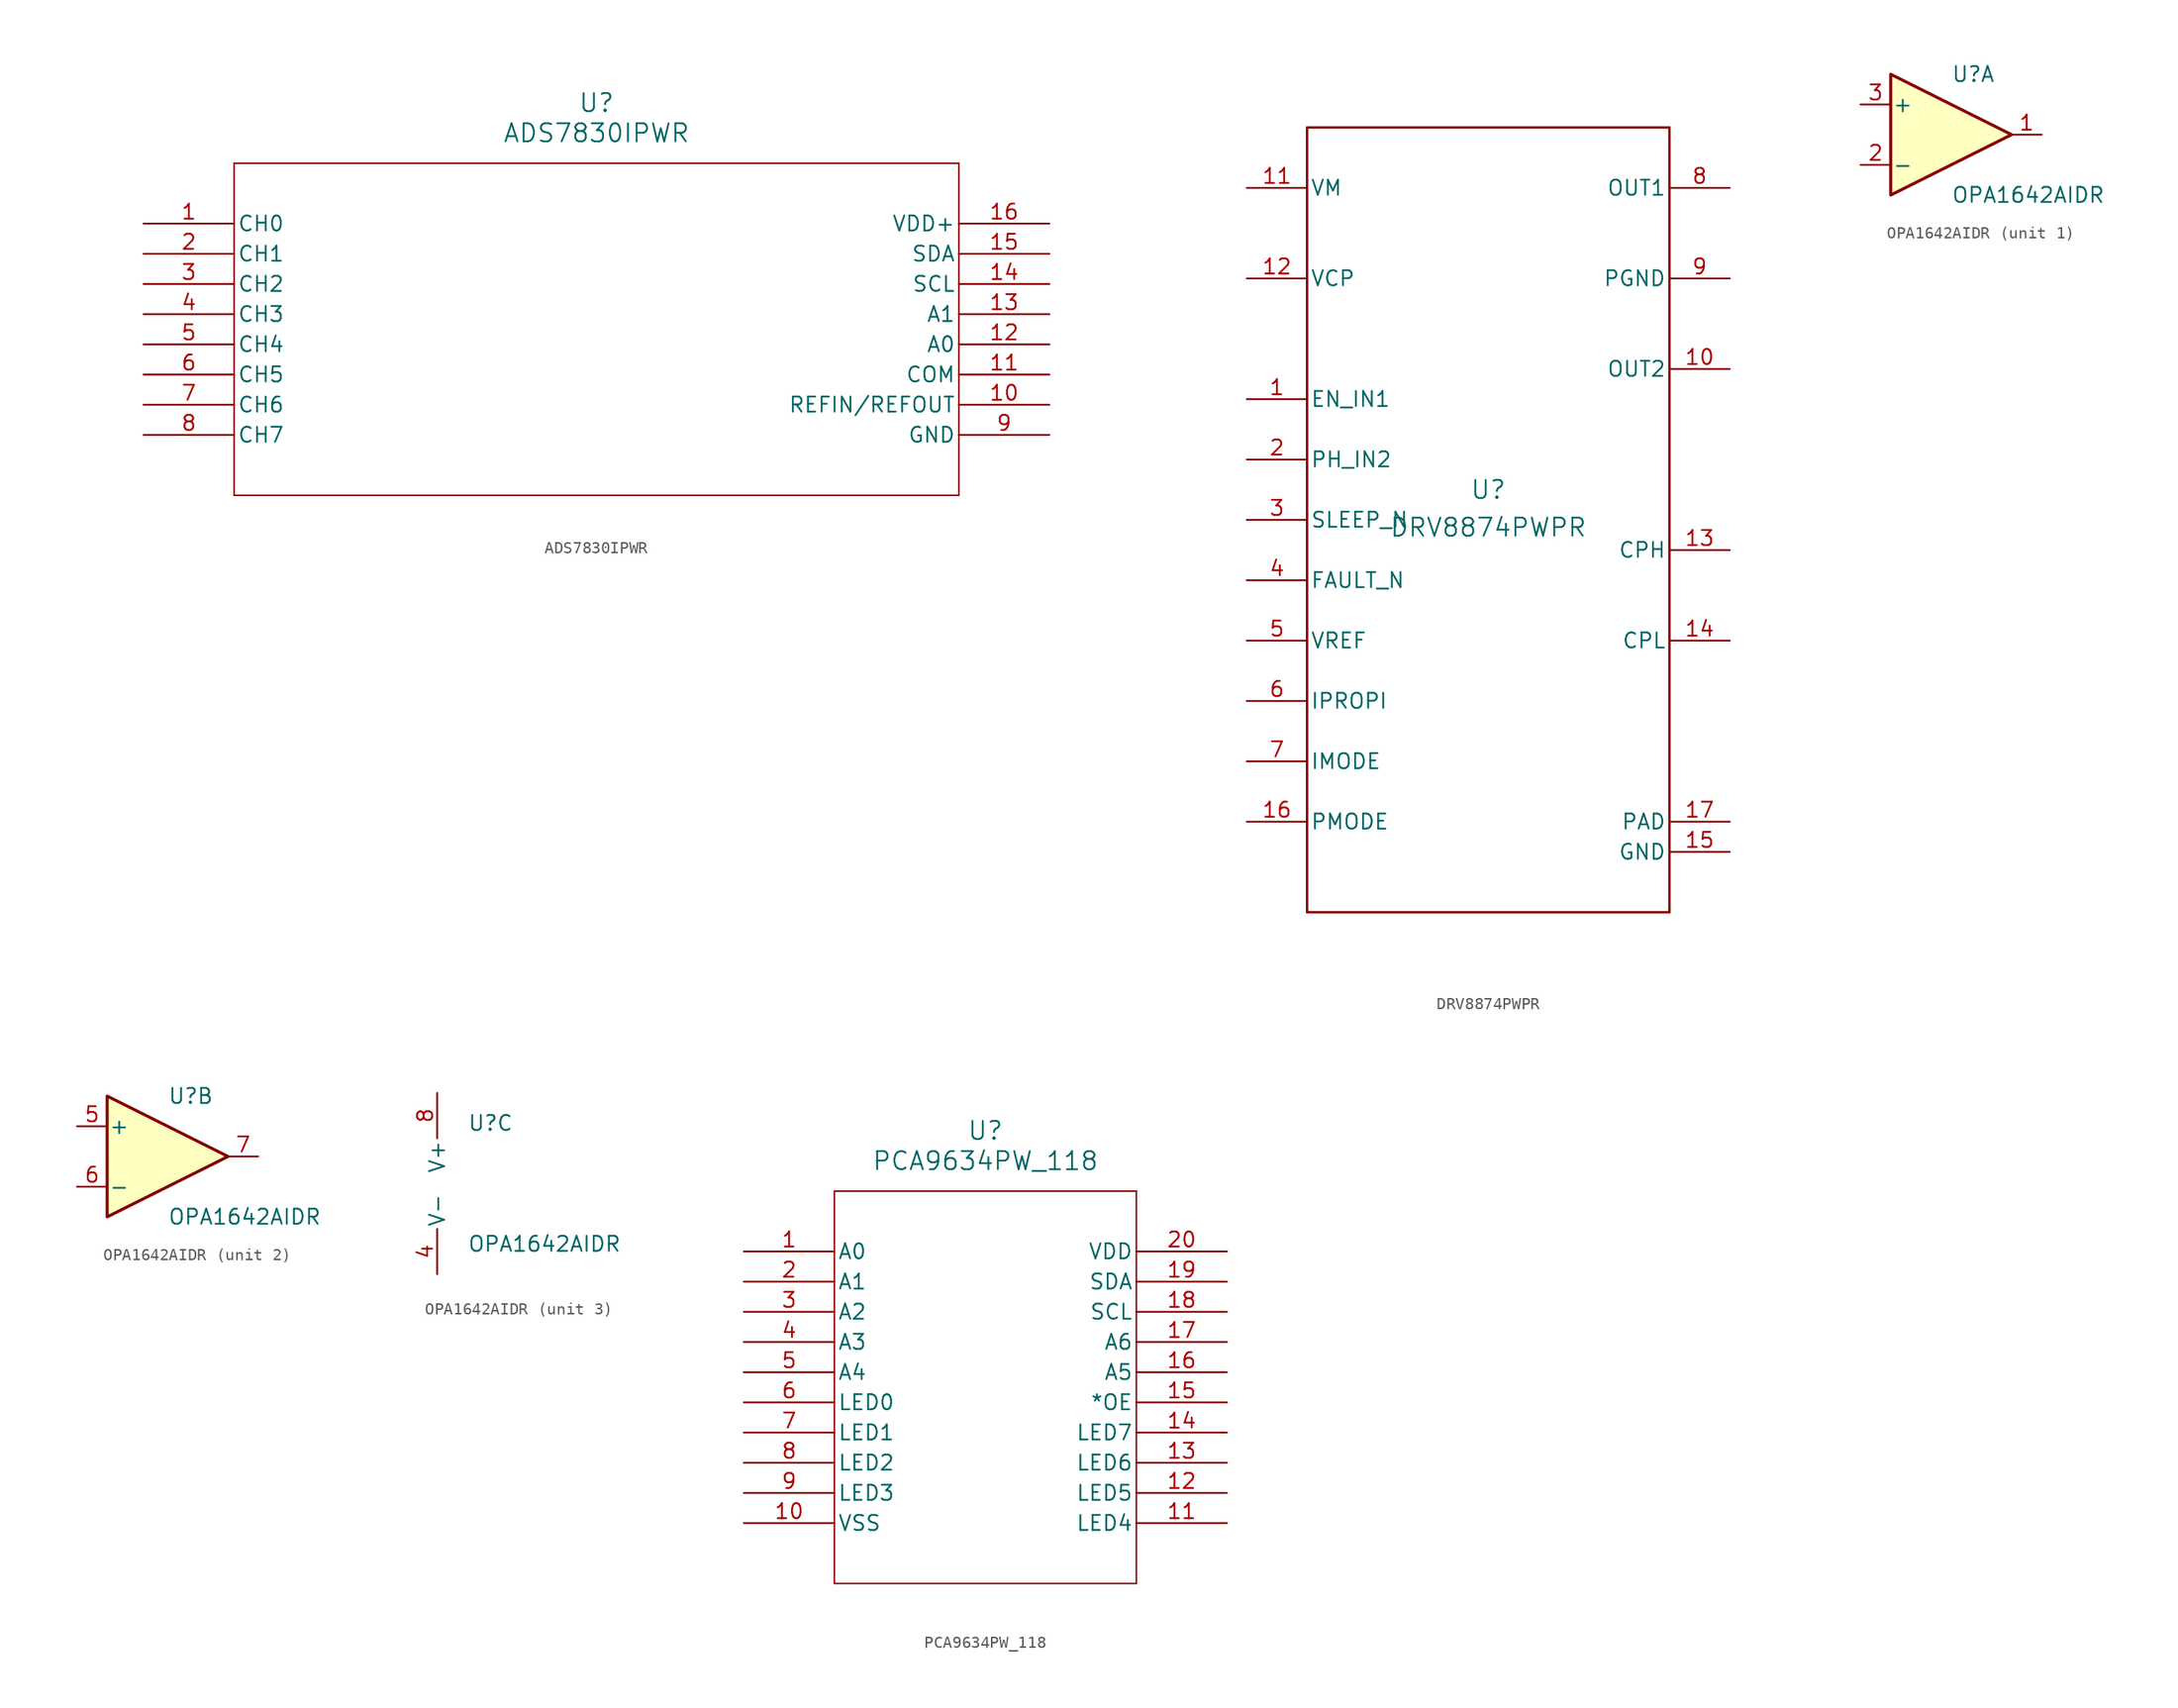
<source format=kicad_sym>
(kicad_symbol_lib
  (version 20220914)
  (generator kicad_symbol_editor)
  (symbol "ADS7830IPWR"
    (pin_names
      (offset 0.254))
    (property "Reference" "U"
      (at 38.1 10.16 0)
      (effects (font (size 1.524 1.524))))
    (property "Value" "ADS7830IPWR"
      (at 38.1 7.62 0)
      (effects (font (size 1.524 1.524))))
    (property "ki_locked" ""
      (at 0 0 0)
      (effects (font (size 1.27 1.27))))
    (symbol "ADS7830IPWR_0_1"
      (polyline (pts (xy 7.62 -22.86) (xy 68.58 -22.86)) (stroke (width 0.127) (type default)) (fill (type none)))
      (polyline (pts (xy 7.62 5.08) (xy 7.62 -22.86)) (stroke (width 0.127) (type default)) (fill (type none)))
      (polyline (pts (xy 68.58 -22.86) (xy 68.58 5.08)) (stroke (width 0.127) (type default)) (fill (type none)))
      (polyline (pts (xy 68.58 5.08) (xy 7.62 5.08)) (stroke (width 0.127) (type default)) (fill (type none)))
      (pin input line (at 0 0 0) (length 7.62) (name "CH0" (effects (font (size 1.27 1.27)))) (number "1" (effects (font (size 1.27 1.27)))))
      (pin bidirectional line (at 76.2 -15.24 180) (length 7.62) (name "REFIN/REFOUT" (effects (font (size 1.27 1.27)))) (number "10" (effects (font (size 1.27 1.27)))))
      (pin input line (at 76.2 -12.7 180) (length 7.62) (name "COM" (effects (font (size 1.27 1.27)))) (number "11" (effects (font (size 1.27 1.27)))))
      (pin unspecified line (at 76.2 -10.16 180) (length 7.62) (name "A0" (effects (font (size 1.27 1.27)))) (number "12" (effects (font (size 1.27 1.27)))))
      (pin unspecified line (at 76.2 -7.62 180) (length 7.62) (name "A1" (effects (font (size 1.27 1.27)))) (number "13" (effects (font (size 1.27 1.27)))))
      (pin unspecified line (at 76.2 -5.08 180) (length 7.62) (name "SCL" (effects (font (size 1.27 1.27)))) (number "14" (effects (font (size 1.27 1.27)))))
      (pin unspecified line (at 76.2 -2.54 180) (length 7.62) (name "SDA" (effects (font (size 1.27 1.27)))) (number "15" (effects (font (size 1.27 1.27)))))
      (pin power_in line (at 76.2 0 180) (length 7.62) (name "VDD+" (effects (font (size 1.27 1.27)))) (number "16" (effects (font (size 1.27 1.27)))))
      (pin input line (at 0 -2.54 0) (length 7.62) (name "CH1" (effects (font (size 1.27 1.27)))) (number "2" (effects (font (size 1.27 1.27)))))
      (pin input line (at 0 -5.08 0) (length 7.62) (name "CH2" (effects (font (size 1.27 1.27)))) (number "3" (effects (font (size 1.27 1.27)))))
      (pin input line (at 0 -7.62 0) (length 7.62) (name "CH3" (effects (font (size 1.27 1.27)))) (number "4" (effects (font (size 1.27 1.27)))))
      (pin input line (at 0 -10.16 0) (length 7.62) (name "CH4" (effects (font (size 1.27 1.27)))) (number "5" (effects (font (size 1.27 1.27)))))
      (pin input line (at 0 -12.7 0) (length 7.62) (name "CH5" (effects (font (size 1.27 1.27)))) (number "6" (effects (font (size 1.27 1.27)))))
      (pin input line (at 0 -15.24 0) (length 7.62) (name "CH6" (effects (font (size 1.27 1.27)))) (number "7" (effects (font (size 1.27 1.27)))))
      (pin input line (at 0 -17.78 0) (length 7.62) (name "CH7" (effects (font (size 1.27 1.27)))) (number "8" (effects (font (size 1.27 1.27)))))
      (pin power_in line (at 76.2 -17.78 180) (length 7.62) (name "GND" (effects (font (size 1.27 1.27)))) (number "9" (effects (font (size 1.27 1.27)))))))
  (symbol "DRV8874PWPR"
    (pin_names
      (offset 0.254))
    (property "Reference" "U"
      (at 0 2.54 0)
      (effects (font (size 1.524 1.524))))
    (property "Value" "DRV8874PWPR"
      (at 0 -0.635 0)
      (effects (font (size 1.524 1.524))))
    (property "ki_locked" ""
      (at 0 0 0)
      (effects (font (size 1.27 1.27))))
    (symbol "DRV8874PWPR_0_1"
      (polyline (pts (xy -15.24 -33.02) (xy 15.24 -33.02)) (stroke (width 0.203) (type default)) (fill (type none)))
      (polyline (pts (xy -15.24 33.02) (xy -15.24 -33.02)) (stroke (width 0.203) (type default)) (fill (type none)))
      (polyline (pts (xy 15.24 -33.02) (xy 15.24 33.02)) (stroke (width 0.203) (type default)) (fill (type none)))
      (polyline (pts (xy 15.24 33.02) (xy -15.24 33.02)) (stroke (width 0.203) (type default)) (fill (type none)))
      (pin input line (at -20.32 10.16 0) (length 5.08) (name "EN_IN1" (effects (font (size 1.27 1.27)))) (number "1" (effects (font (size 1.27 1.27)))))
      (pin output line (at 20.32 12.7 180) (length 5.08) (name "OUT2" (effects (font (size 1.27 1.27)))) (number "10" (effects (font (size 1.27 1.27)))))
      (pin power_in line (at -20.32 27.94 0) (length 5.08) (name "VM" (effects (font (size 1.27 1.27)))) (number "11" (effects (font (size 1.27 1.27)))))
      (pin power_in line (at -20.32 20.32 0) (length 5.08) (name "VCP" (effects (font (size 1.27 1.27)))) (number "12" (effects (font (size 1.27 1.27)))))
      (pin power_in line (at 20.32 -2.54 180) (length 5.08) (name "CPH" (effects (font (size 1.27 1.27)))) (number "13" (effects (font (size 1.27 1.27)))))
      (pin power_in line (at 20.32 -10.16 180) (length 5.08) (name "CPL" (effects (font (size 1.27 1.27)))) (number "14" (effects (font (size 1.27 1.27)))))
      (pin power_in line (at 20.32 -27.94 180) (length 5.08) (name "GND" (effects (font (size 1.27 1.27)))) (number "15" (effects (font (size 1.27 1.27)))))
      (pin input line (at -20.32 -25.4 0) (length 5.08) (name "PMODE" (effects (font (size 1.27 1.27)))) (number "16" (effects (font (size 1.27 1.27)))))
      (pin power_in line (at 20.32 -25.4 180) (length 5.08) (name "PAD" (effects (font (size 1.27 1.27)))) (number "17" (effects (font (size 1.27 1.27)))))
      (pin input line (at -20.32 5.08 0) (length 5.08) (name "PH_IN2" (effects (font (size 1.27 1.27)))) (number "2" (effects (font (size 1.27 1.27)))))
      (pin input line (at -20.32 0 0) (length 5.08) (name "SLEEP_N" (effects (font (size 1.27 1.27)))) (number "3" (effects (font (size 1.27 1.27)))))
      (pin open_collector line (at -20.32 -5.08 0) (length 5.08) (name "FAULT_N" (effects (font (size 1.27 1.27)))) (number "4" (effects (font (size 1.27 1.27)))))
      (pin power_in line (at -20.32 -10.16 0) (length 5.08) (name "VREF" (effects (font (size 1.27 1.27)))) (number "5" (effects (font (size 1.27 1.27)))))
      (pin output line (at -20.32 -15.24 0) (length 5.08) (name "IPROPI" (effects (font (size 1.27 1.27)))) (number "6" (effects (font (size 1.27 1.27)))))
      (pin input line (at -20.32 -20.32 0) (length 5.08) (name "IMODE" (effects (font (size 1.27 1.27)))) (number "7" (effects (font (size 1.27 1.27)))))
      (pin output line (at 20.32 27.94 180) (length 5.08) (name "OUT1" (effects (font (size 1.27 1.27)))) (number "8" (effects (font (size 1.27 1.27)))))
      (pin power_in line (at 20.32 20.32 180) (length 5.08) (name "PGND" (effects (font (size 1.27 1.27)))) (number "9" (effects (font (size 1.27 1.27)))))))
  (symbol "OPA1642AIDR"
    (pin_names
      (offset 0.127))
    (property "Reference" "U"
      (at 0 5.08 0)
      (effects (font (size 1.27 1.27)) (justify left)))
    (property "Value" "OPA1642AIDR"
      (at 0 -5.08 0)
      (effects (font (size 1.27 1.27)) (justify left)))
    (property "ki_locked" ""
      (at 0 0 0)
      (effects (font (size 1.27 1.27))))
    (symbol "OPA1642AIDR_1_1"
      (polyline (pts (xy -5.08 5.08) (xy 5.08 0) (xy -5.08 -5.08) (xy -5.08 5.08)) (stroke (width 0.254) (type default)) (fill (type background)))
      (pin output line (at 7.62 0 180) (length 2.54) (name "~" (effects (font (size 1.27 1.27)))) (number "1" (effects (font (size 1.27 1.27)))))
      (pin input line (at -7.62 -2.54 0) (length 2.54) (name "-" (effects (font (size 1.27 1.27)))) (number "2" (effects (font (size 1.27 1.27)))))
      (pin input line (at -7.62 2.54 0) (length 2.54) (name "+" (effects (font (size 1.27 1.27)))) (number "3" (effects (font (size 1.27 1.27))))))
    (symbol "OPA1642AIDR_2_1"
      (polyline (pts (xy -5.08 5.08) (xy 5.08 0) (xy -5.08 -5.08) (xy -5.08 5.08)) (stroke (width 0.254) (type default)) (fill (type background)))
      (pin input line (at -7.62 2.54 0) (length 2.54) (name "+" (effects (font (size 1.27 1.27)))) (number "5" (effects (font (size 1.27 1.27)))))
      (pin input line (at -7.62 -2.54 0) (length 2.54) (name "-" (effects (font (size 1.27 1.27)))) (number "6" (effects (font (size 1.27 1.27)))))
      (pin output line (at 7.62 0 180) (length 2.54) (name "~" (effects (font (size 1.27 1.27)))) (number "7" (effects (font (size 1.27 1.27))))))
    (symbol "OPA1642AIDR_3_1"
      (pin power_in line (at -2.54 -7.62 90) (length 3.81) (name "V-" (effects (font (size 1.27 1.27)))) (number "4" (effects (font (size 1.27 1.27)))))
      (pin power_in line (at -2.54 7.62 270) (length 3.81) (name "V+" (effects (font (size 1.27 1.27)))) (number "8" (effects (font (size 1.27 1.27)))))))
  (symbol "PCA9634PW_118"
    (pin_names
      (offset 0.254))
    (property "Reference" "U"
      (at 20.32 10.16 0)
      (effects (font (size 1.524 1.524))))
    (property "Value" "PCA9634PW_118"
      (at 20.32 7.62 0)
      (effects (font (size 1.524 1.524))))
    (property "ki_locked" ""
      (at 0 0 0)
      (effects (font (size 1.27 1.27))))
    (symbol "PCA9634PW_118_0_1"
      (polyline (pts (xy 7.62 -27.94) (xy 33.02 -27.94)) (stroke (width 0.127) (type default)) (fill (type none)))
      (polyline (pts (xy 7.62 5.08) (xy 7.62 -27.94)) (stroke (width 0.127) (type default)) (fill (type none)))
      (polyline (pts (xy 33.02 -27.94) (xy 33.02 5.08)) (stroke (width 0.127) (type default)) (fill (type none)))
      (polyline (pts (xy 33.02 5.08) (xy 7.62 5.08)) (stroke (width 0.127) (type default)) (fill (type none)))
      (pin input line (at 0 0 0) (length 7.62) (name "A0" (effects (font (size 1.27 1.27)))) (number "1" (effects (font (size 1.27 1.27)))))
      (pin power_in line (at 0 -22.86 0) (length 7.62) (name "VSS" (effects (font (size 1.27 1.27)))) (number "10" (effects (font (size 1.27 1.27)))))
      (pin unspecified line (at 40.64 -22.86 180) (length 7.62) (name "LED4" (effects (font (size 1.27 1.27)))) (number "11" (effects (font (size 1.27 1.27)))))
      (pin unspecified line (at 40.64 -20.32 180) (length 7.62) (name "LED5" (effects (font (size 1.27 1.27)))) (number "12" (effects (font (size 1.27 1.27)))))
      (pin unspecified line (at 40.64 -17.78 180) (length 7.62) (name "LED6" (effects (font (size 1.27 1.27)))) (number "13" (effects (font (size 1.27 1.27)))))
      (pin unspecified line (at 40.64 -15.24 180) (length 7.62) (name "LED7" (effects (font (size 1.27 1.27)))) (number "14" (effects (font (size 1.27 1.27)))))
      (pin input line (at 40.64 -12.7 180) (length 7.62) (name "*OE" (effects (font (size 1.27 1.27)))) (number "15" (effects (font (size 1.27 1.27)))))
      (pin input line (at 40.64 -10.16 180) (length 7.62) (name "A5" (effects (font (size 1.27 1.27)))) (number "16" (effects (font (size 1.27 1.27)))))
      (pin input line (at 40.64 -7.62 180) (length 7.62) (name "A6" (effects (font (size 1.27 1.27)))) (number "17" (effects (font (size 1.27 1.27)))))
      (pin input line (at 40.64 -5.08 180) (length 7.62) (name "SCL" (effects (font (size 1.27 1.27)))) (number "18" (effects (font (size 1.27 1.27)))))
      (pin bidirectional line (at 40.64 -2.54 180) (length 7.62) (name "SDA" (effects (font (size 1.27 1.27)))) (number "19" (effects (font (size 1.27 1.27)))))
      (pin input line (at 0 -2.54 0) (length 7.62) (name "A1" (effects (font (size 1.27 1.27)))) (number "2" (effects (font (size 1.27 1.27)))))
      (pin power_in line (at 40.64 0 180) (length 7.62) (name "VDD" (effects (font (size 1.27 1.27)))) (number "20" (effects (font (size 1.27 1.27)))))
      (pin input line (at 0 -5.08 0) (length 7.62) (name "A2" (effects (font (size 1.27 1.27)))) (number "3" (effects (font (size 1.27 1.27)))))
      (pin input line (at 0 -7.62 0) (length 7.62) (name "A3" (effects (font (size 1.27 1.27)))) (number "4" (effects (font (size 1.27 1.27)))))
      (pin input line (at 0 -10.16 0) (length 7.62) (name "A4" (effects (font (size 1.27 1.27)))) (number "5" (effects (font (size 1.27 1.27)))))
      (pin unspecified line (at 0 -12.7 0) (length 7.62) (name "LED0" (effects (font (size 1.27 1.27)))) (number "6" (effects (font (size 1.27 1.27)))))
      (pin unspecified line (at 0 -15.24 0) (length 7.62) (name "LED1" (effects (font (size 1.27 1.27)))) (number "7" (effects (font (size 1.27 1.27)))))
      (pin unspecified line (at 0 -17.78 0) (length 7.62) (name "LED2" (effects (font (size 1.27 1.27)))) (number "8" (effects (font (size 1.27 1.27)))))
      (pin unspecified line (at 0 -20.32 0) (length 7.62) (name "LED3" (effects (font (size 1.27 1.27)))) (number "9" (effects (font (size 1.27 1.27))))))))
</source>
